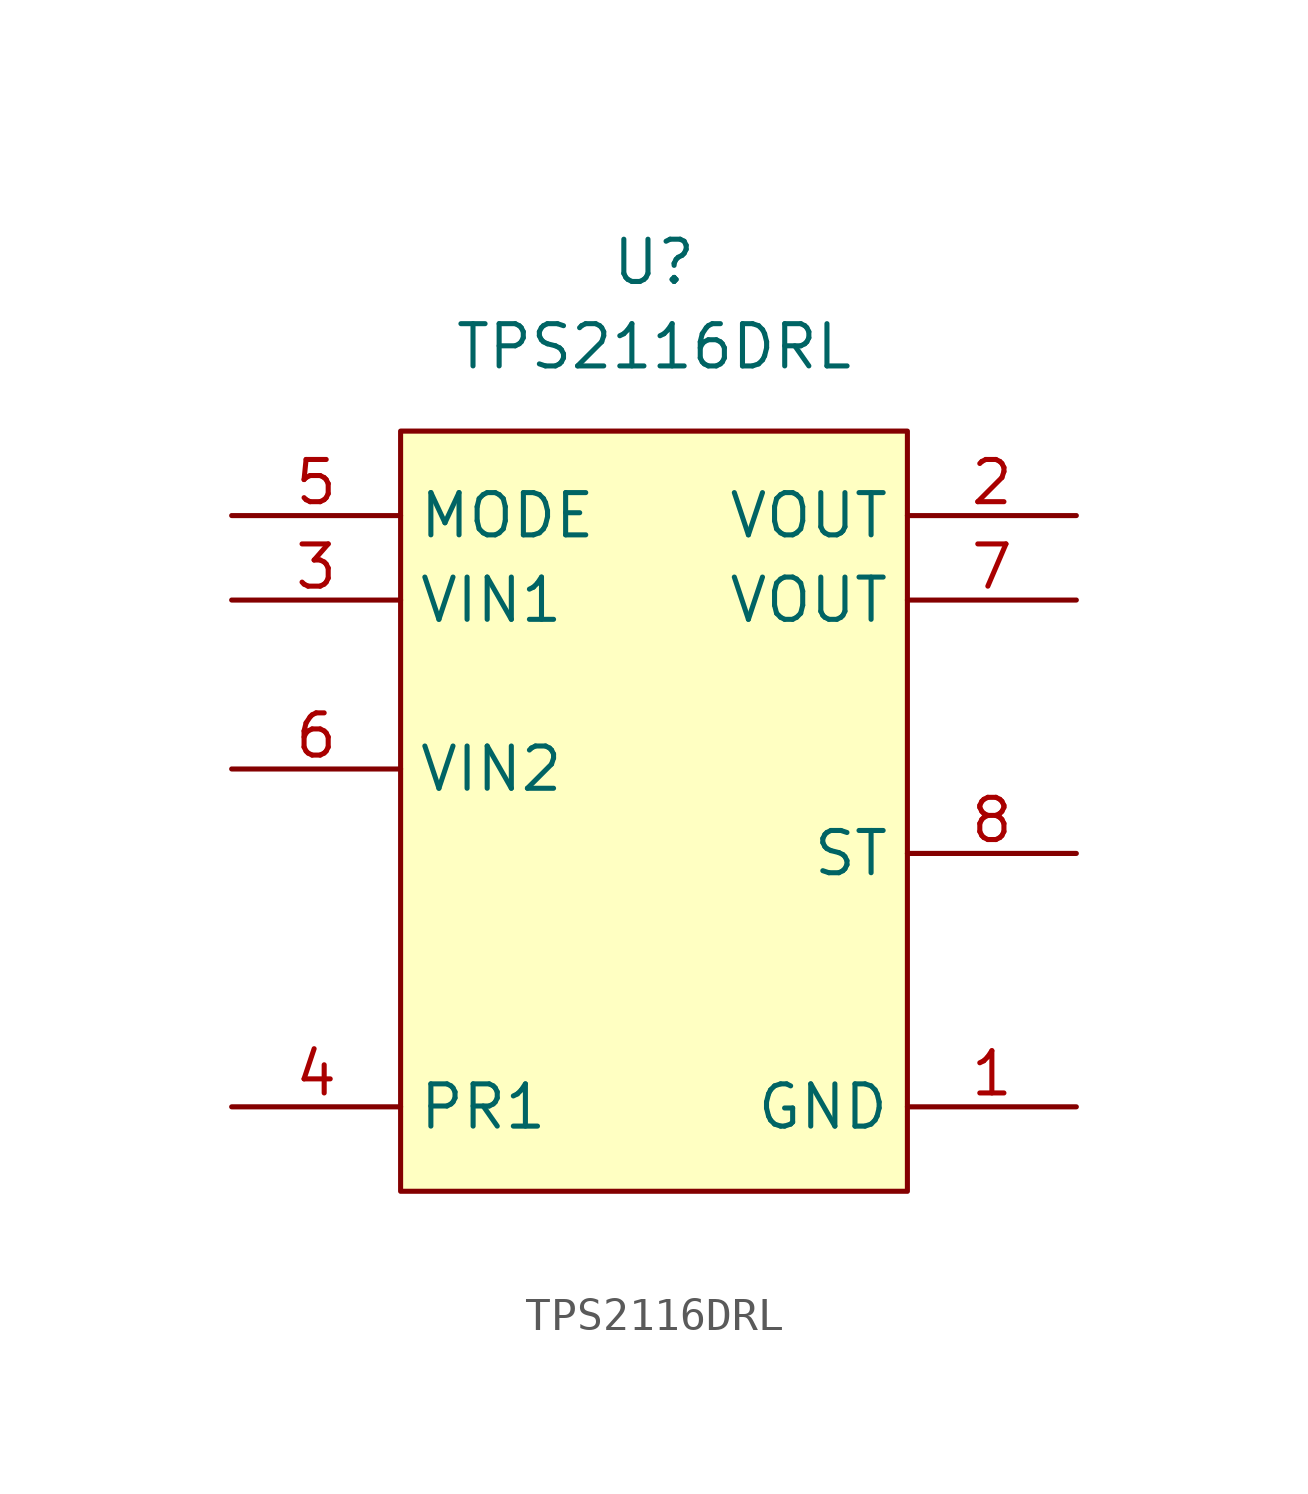
<source format=kicad_sym>
(kicad_symbol_lib
  (version 20241209)
  (generator "kicad_symbol_editor")
  (generator_version "9.0")
  (symbol "TPS2116DRL"
    (property "Reference" "U"
      (at 0 5.08 0)
      (effects (font (size 1.27 1.27))))
    (property "Value" "TPS2116DRL"
      (at 0 2.54 0)
      (effects (font (size 1.27 1.27))))
    (symbol "TPS2116DRL_1_0"
      (pin power_out line (at 12.7 -5.08 180) (length 5.08) (name "VOUT" (effects (font (size 1.27 1.27)))) (number "7" (effects (font (size 1.27 1.27))))))
    (symbol "TPS2116DRL_1_1"
      (rectangle (start -7.62 0) (end 7.62 -22.86) (stroke (width 0) (type solid)) (fill (type background)))
      (pin input line (at -12.7 -2.54 0) (length 5.08) (name "MODE" (effects (font (size 1.27 1.27)))) (number "5" (effects (font (size 1.27 1.27)))))
      (pin power_in line (at -12.7 -5.08 0) (length 5.08) (name "VIN1" (effects (font (size 1.27 1.27)))) (number "3" (effects (font (size 1.27 1.27)))))
      (pin power_in line (at -12.7 -10.16 0) (length 5.08) (name "VIN2" (effects (font (size 1.27 1.27)))) (number "6" (effects (font (size 1.27 1.27)))))
      (pin input line (at -12.7 -20.32 0) (length 5.08) (name "PR1" (effects (font (size 1.27 1.27)))) (number "4" (effects (font (size 1.27 1.27)))))
      (pin power_out line (at 12.7 -2.54 180) (length 5.08) (name "VOUT" (effects (font (size 1.27 1.27)))) (number "2" (effects (font (size 1.27 1.27)))))
      (pin open_collector line (at 12.7 -12.7 180) (length 5.08) (name "ST" (effects (font (size 1.27 1.27)))) (number "8" (effects (font (size 1.27 1.27)))))
      (pin power_in line (at 12.7 -20.32 180) (length 5.08) (name "GND" (effects (font (size 1.27 1.27)))) (number "1" (effects (font (size 1.27 1.27))))))))
</source>
